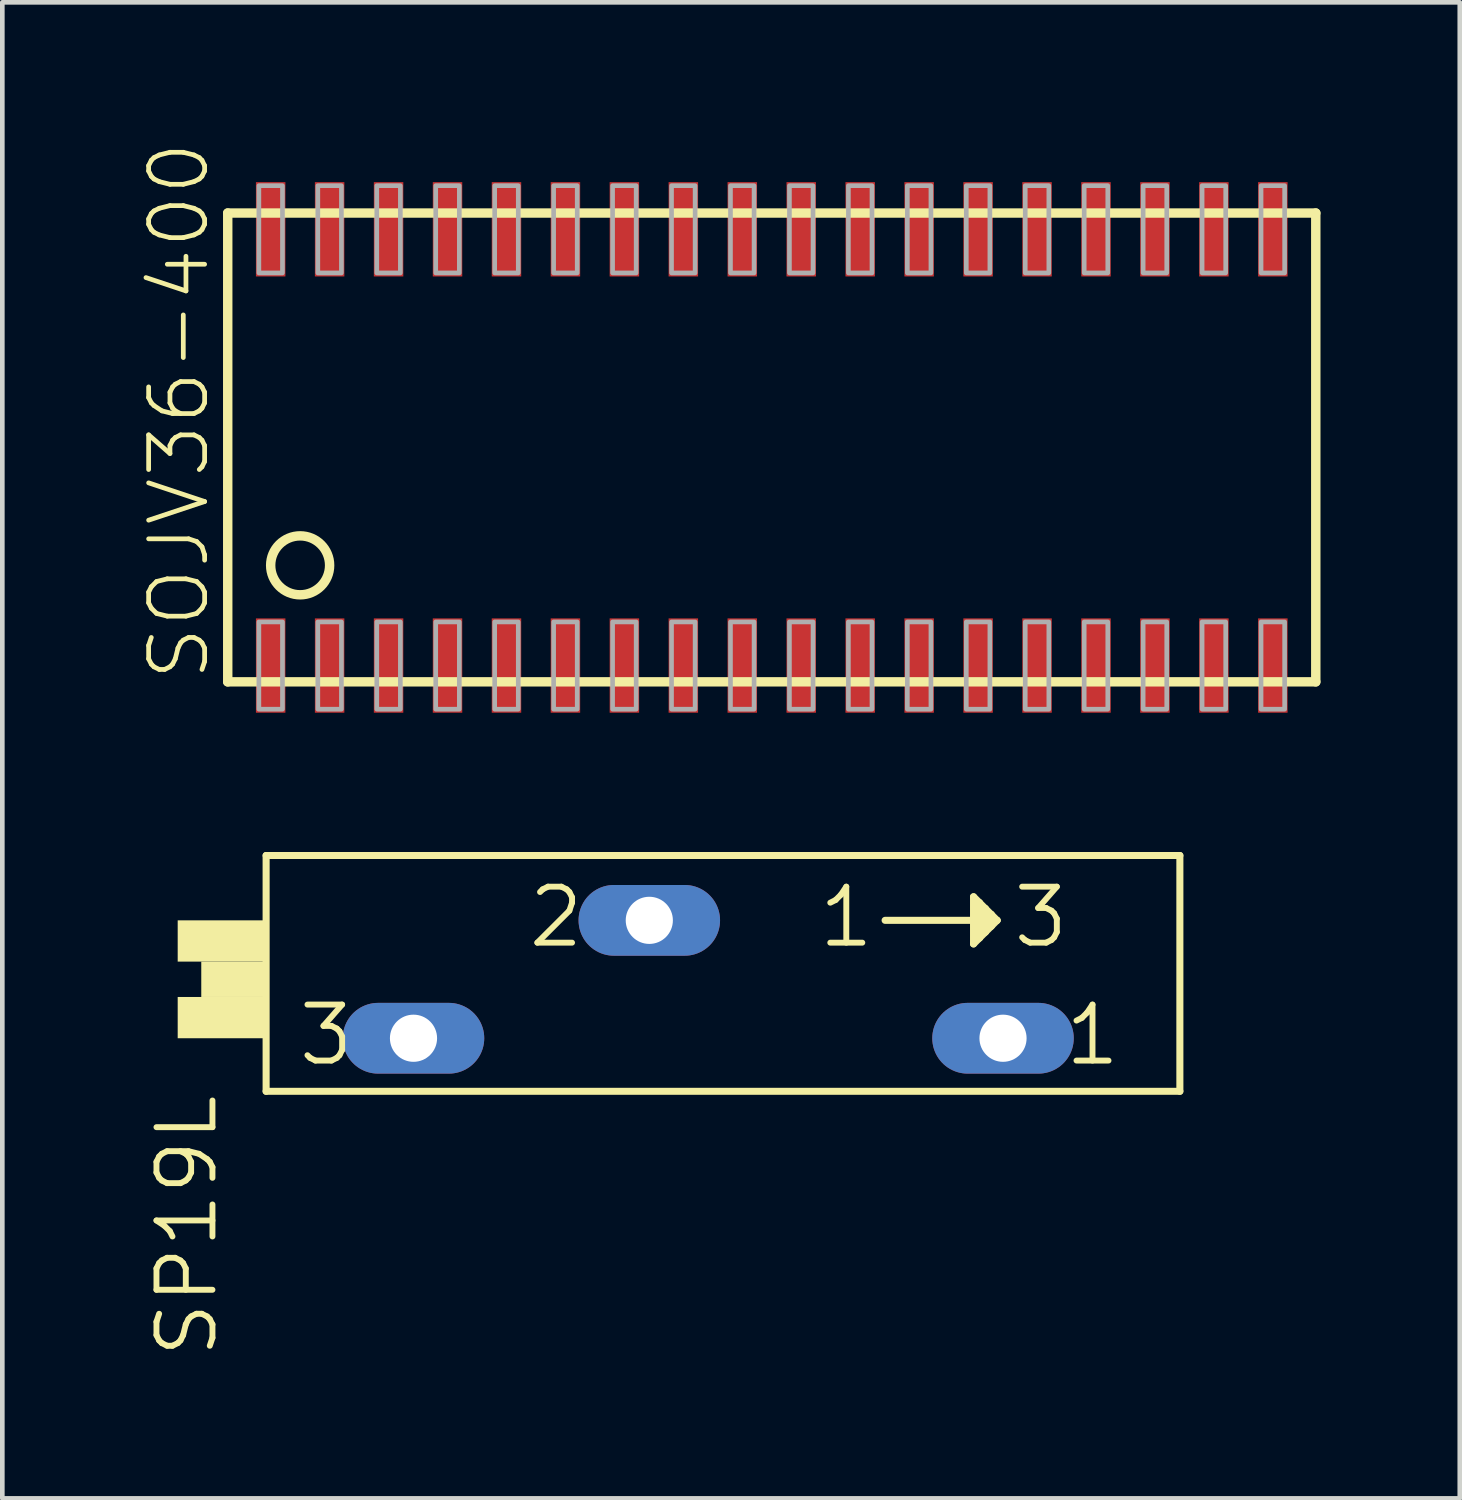
<source format=kicad_pcb>
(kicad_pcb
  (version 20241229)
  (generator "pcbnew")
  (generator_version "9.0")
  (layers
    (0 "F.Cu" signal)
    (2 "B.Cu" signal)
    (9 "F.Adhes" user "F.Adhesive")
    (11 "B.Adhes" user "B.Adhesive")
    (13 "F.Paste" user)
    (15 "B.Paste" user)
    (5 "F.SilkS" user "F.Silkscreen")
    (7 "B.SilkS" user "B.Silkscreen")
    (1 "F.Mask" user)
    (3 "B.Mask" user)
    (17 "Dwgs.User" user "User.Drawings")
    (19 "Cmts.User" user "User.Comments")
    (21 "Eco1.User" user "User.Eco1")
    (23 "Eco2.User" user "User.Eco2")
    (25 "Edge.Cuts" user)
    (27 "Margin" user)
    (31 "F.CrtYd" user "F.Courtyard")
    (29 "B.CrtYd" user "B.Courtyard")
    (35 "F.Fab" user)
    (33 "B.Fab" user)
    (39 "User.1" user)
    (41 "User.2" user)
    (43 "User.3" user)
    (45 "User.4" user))
  (footprint "SOJV36-400"
    (layer "F.Cu")
    (at 13.576 6.589)
    (property "Reference" "SOJV36-400" (at -12.065 5.08 90) (layer "F.SilkS") (effects (font (size 1.206 1.206) (thickness 0.102)) (justify left bottom)))
    (attr through_hole)
    (fp_line (start -11.72 -5.05) (end 11.72 -5.05) (stroke (width 0.203) (type solid)) (layer "F.SilkS"))
    (fp_line (start -11.72 5.05) (end -11.72 -5.05) (stroke (width 0.203) (type solid)) (layer "F.SilkS"))
    (fp_line (start 11.72 -5.05) (end 11.72 5.05) (stroke (width 0.203) (type solid)) (layer "F.SilkS"))
    (fp_line (start 11.72 5.05) (end -11.72 5.05) (stroke (width 0.203) (type solid)) (layer "F.SilkS"))
    (fp_circle (center -10.16 2.54) (end -9.525 2.54) (stroke (width 0.203) (type solid)) (fill no) (layer "F.SilkS"))
    (fp_poly (pts (xy -11.049 5.639) (xy -10.541 5.639) (xy -10.541 3.759) (xy -11.049 3.759)) (stroke (width 0.1) (type solid)) (fill no) (layer "F.Fab"))
    (fp_poly (pts (xy -10.541 -5.639) (xy -11.049 -5.639) (xy -11.049 -3.759) (xy -10.541 -3.759)) (stroke (width 0.1) (type solid)) (fill no) (layer "F.Fab"))
    (fp_poly (pts (xy -9.779 5.639) (xy -9.271 5.639) (xy -9.271 3.759) (xy -9.779 3.759)) (stroke (width 0.1) (type solid)) (fill no) (layer "F.Fab"))
    (fp_poly (pts (xy -9.271 -5.639) (xy -9.779 -5.639) (xy -9.779 -3.759) (xy -9.271 -3.759)) (stroke (width 0.1) (type solid)) (fill no) (layer "F.Fab"))
    (fp_poly (pts (xy -8.509 5.639) (xy -8.001 5.639) (xy -8.001 3.759) (xy -8.509 3.759)) (stroke (width 0.1) (type solid)) (fill no) (layer "F.Fab"))
    (fp_poly (pts (xy -8.001 -5.639) (xy -8.509 -5.639) (xy -8.509 -3.759) (xy -8.001 -3.759)) (stroke (width 0.1) (type solid)) (fill no) (layer "F.Fab"))
    (fp_poly (pts (xy -7.239 5.639) (xy -6.731 5.639) (xy -6.731 3.759) (xy -7.239 3.759)) (stroke (width 0.1) (type solid)) (fill no) (layer "F.Fab"))
    (fp_poly (pts (xy -6.731 -5.639) (xy -7.239 -5.639) (xy -7.239 -3.759) (xy -6.731 -3.759)) (stroke (width 0.1) (type solid)) (fill no) (layer "F.Fab"))
    (fp_poly (pts (xy -5.969 5.639) (xy -5.461 5.639) (xy -5.461 3.759) (xy -5.969 3.759)) (stroke (width 0.1) (type solid)) (fill no) (layer "F.Fab"))
    (fp_poly (pts (xy -5.461 -5.639) (xy -5.969 -5.639) (xy -5.969 -3.759) (xy -5.461 -3.759)) (stroke (width 0.1) (type solid)) (fill no) (layer "F.Fab"))
    (fp_poly (pts (xy -4.699 5.639) (xy -4.191 5.639) (xy -4.191 3.759) (xy -4.699 3.759)) (stroke (width 0.1) (type solid)) (fill no) (layer "F.Fab"))
    (fp_poly (pts (xy -4.191 -5.639) (xy -4.699 -5.639) (xy -4.699 -3.759) (xy -4.191 -3.759)) (stroke (width 0.1) (type solid)) (fill no) (layer "F.Fab"))
    (fp_poly (pts (xy -3.429 5.639) (xy -2.921 5.639) (xy -2.921 3.759) (xy -3.429 3.759)) (stroke (width 0.1) (type solid)) (fill no) (layer "F.Fab"))
    (fp_poly (pts (xy -2.921 -5.639) (xy -3.429 -5.639) (xy -3.429 -3.759) (xy -2.921 -3.759)) (stroke (width 0.1) (type solid)) (fill no) (layer "F.Fab"))
    (fp_poly (pts (xy -2.159 5.639) (xy -1.651 5.639) (xy -1.651 3.759) (xy -2.159 3.759)) (stroke (width 0.1) (type solid)) (fill no) (layer "F.Fab"))
    (fp_poly (pts (xy -1.651 -5.639) (xy -2.159 -5.639) (xy -2.159 -3.759) (xy -1.651 -3.759)) (stroke (width 0.1) (type solid)) (fill no) (layer "F.Fab"))
    (fp_poly (pts (xy -0.889 5.639) (xy -0.381 5.639) (xy -0.381 3.759) (xy -0.889 3.759)) (stroke (width 0.1) (type solid)) (fill no) (layer "F.Fab"))
    (fp_poly (pts (xy -0.381 -5.639) (xy -0.889 -5.639) (xy -0.889 -3.759) (xy -0.381 -3.759)) (stroke (width 0.1) (type solid)) (fill no) (layer "F.Fab"))
    (fp_poly (pts (xy 0.381 5.639) (xy 0.889 5.639) (xy 0.889 3.759) (xy 0.381 3.759)) (stroke (width 0.1) (type solid)) (fill no) (layer "F.Fab"))
    (fp_poly (pts (xy 0.889 -5.639) (xy 0.381 -5.639) (xy 0.381 -3.759) (xy 0.889 -3.759)) (stroke (width 0.1) (type solid)) (fill no) (layer "F.Fab"))
    (fp_poly (pts (xy 1.651 5.639) (xy 2.159 5.639) (xy 2.159 3.759) (xy 1.651 3.759)) (stroke (width 0.1) (type solid)) (fill no) (layer "F.Fab"))
    (fp_poly (pts (xy 2.159 -5.639) (xy 1.651 -5.639) (xy 1.651 -3.759) (xy 2.159 -3.759)) (stroke (width 0.1) (type solid)) (fill no) (layer "F.Fab"))
    (fp_poly (pts (xy 2.921 5.639) (xy 3.429 5.639) (xy 3.429 3.759) (xy 2.921 3.759)) (stroke (width 0.1) (type solid)) (fill no) (layer "F.Fab"))
    (fp_poly (pts (xy 3.429 -5.639) (xy 2.921 -5.639) (xy 2.921 -3.759) (xy 3.429 -3.759)) (stroke (width 0.1) (type solid)) (fill no) (layer "F.Fab"))
    (fp_poly (pts (xy 4.191 5.639) (xy 4.699 5.639) (xy 4.699 3.759) (xy 4.191 3.759)) (stroke (width 0.1) (type solid)) (fill no) (layer "F.Fab"))
    (fp_poly (pts (xy 4.699 -5.639) (xy 4.191 -5.639) (xy 4.191 -3.759) (xy 4.699 -3.759)) (stroke (width 0.1) (type solid)) (fill no) (layer "F.Fab"))
    (fp_poly (pts (xy 5.461 5.639) (xy 5.969 5.639) (xy 5.969 3.759) (xy 5.461 3.759)) (stroke (width 0.1) (type solid)) (fill no) (layer "F.Fab"))
    (fp_poly (pts (xy 5.969 -5.639) (xy 5.461 -5.639) (xy 5.461 -3.759) (xy 5.969 -3.759)) (stroke (width 0.1) (type solid)) (fill no) (layer "F.Fab"))
    (fp_poly (pts (xy 6.731 5.639) (xy 7.239 5.639) (xy 7.239 3.759) (xy 6.731 3.759)) (stroke (width 0.1) (type solid)) (fill no) (layer "F.Fab"))
    (fp_poly (pts (xy 7.239 -5.639) (xy 6.731 -5.639) (xy 6.731 -3.759) (xy 7.239 -3.759)) (stroke (width 0.1) (type solid)) (fill no) (layer "F.Fab"))
    (fp_poly (pts (xy 8.001 5.639) (xy 8.509 5.639) (xy 8.509 3.759) (xy 8.001 3.759)) (stroke (width 0.1) (type solid)) (fill no) (layer "F.Fab"))
    (fp_poly (pts (xy 8.509 -5.639) (xy 8.001 -5.639) (xy 8.001 -3.759) (xy 8.509 -3.759)) (stroke (width 0.1) (type solid)) (fill no) (layer "F.Fab"))
    (fp_poly (pts (xy 9.271 5.639) (xy 9.779 5.639) (xy 9.779 3.759) (xy 9.271 3.759)) (stroke (width 0.1) (type solid)) (fill no) (layer "F.Fab"))
    (fp_poly (pts (xy 9.779 -5.639) (xy 9.271 -5.639) (xy 9.271 -3.759) (xy 9.779 -3.759)) (stroke (width 0.1) (type solid)) (fill no) (layer "F.Fab"))
    (fp_poly (pts (xy 10.541 5.639) (xy 11.049 5.639) (xy 11.049 3.759) (xy 10.541 3.759)) (stroke (width 0.1) (type solid)) (fill no) (layer "F.Fab"))
    (fp_poly (pts (xy 11.049 -5.639) (xy 10.541 -5.639) (xy 10.541 -3.759) (xy 11.049 -3.759)) (stroke (width 0.1) (type solid)) (fill no) (layer "F.Fab"))
    (pad "1" smd rect (at -10.795 4.699) (size 0.635 2.032) (layers "F.Cu" "F.Mask" "F.Paste"))
    (pad "2" smd rect (at -9.525 4.699) (size 0.635 2.032) (layers "F.Cu" "F.Mask" "F.Paste"))
    (pad "3" smd rect (at -8.255 4.699) (size 0.635 2.032) (layers "F.Cu" "F.Mask" "F.Paste"))
    (pad "4" smd rect (at -6.985 4.699) (size 0.635 2.032) (layers "F.Cu" "F.Mask" "F.Paste"))
    (pad "5" smd rect (at -5.715 4.699) (size 0.635 2.032) (layers "F.Cu" "F.Mask" "F.Paste"))
    (pad "6" smd rect (at -4.445 4.699) (size 0.635 2.032) (layers "F.Cu" "F.Mask" "F.Paste"))
    (pad "7" smd rect (at -3.175 4.699) (size 0.635 2.032) (layers "F.Cu" "F.Mask" "F.Paste"))
    (pad "8" smd rect (at -1.905 4.699) (size 0.635 2.032) (layers "F.Cu" "F.Mask" "F.Paste"))
    (pad "9" smd rect (at -0.635 4.699) (size 0.635 2.032) (layers "F.Cu" "F.Mask" "F.Paste"))
    (pad "10" smd rect (at 0.635 4.699) (size 0.635 2.032) (layers "F.Cu" "F.Mask" "F.Paste"))
    (pad "11" smd rect (at 1.905 4.699) (size 0.635 2.032) (layers "F.Cu" "F.Mask" "F.Paste"))
    (pad "12" smd rect (at 3.175 4.699) (size 0.635 2.032) (layers "F.Cu" "F.Mask" "F.Paste"))
    (pad "13" smd rect (at 4.445 4.699) (size 0.635 2.032) (layers "F.Cu" "F.Mask" "F.Paste"))
    (pad "14" smd rect (at 5.715 4.699) (size 0.635 2.032) (layers "F.Cu" "F.Mask" "F.Paste"))
    (pad "15" smd rect (at 6.985 4.699) (size 0.635 2.032) (layers "F.Cu" "F.Mask" "F.Paste"))
    (pad "16" smd rect (at 8.255 4.699) (size 0.635 2.032) (layers "F.Cu" "F.Mask" "F.Paste"))
    (pad "17" smd rect (at 9.525 4.699) (size 0.635 2.032) (layers "F.Cu" "F.Mask" "F.Paste"))
    (pad "18" smd rect (at 10.795 4.699) (size 0.635 2.032) (layers "F.Cu" "F.Mask" "F.Paste"))
    (pad "19" smd rect (at 10.795 -4.699 180) (size 0.635 2.032) (layers "F.Cu" "F.Mask" "F.Paste"))
    (pad "20" smd rect (at 9.525 -4.699 180) (size 0.635 2.032) (layers "F.Cu" "F.Mask" "F.Paste"))
    (pad "21" smd rect (at 8.255 -4.699 180) (size 0.635 2.032) (layers "F.Cu" "F.Mask" "F.Paste"))
    (pad "22" smd rect (at 6.985 -4.699 180) (size 0.635 2.032) (layers "F.Cu" "F.Mask" "F.Paste"))
    (pad "23" smd rect (at 5.715 -4.699 180) (size 0.635 2.032) (layers "F.Cu" "F.Mask" "F.Paste"))
    (pad "24" smd rect (at 4.445 -4.699 180) (size 0.635 2.032) (layers "F.Cu" "F.Mask" "F.Paste"))
    (pad "25" smd rect (at 3.175 -4.699 180) (size 0.635 2.032) (layers "F.Cu" "F.Mask" "F.Paste"))
    (pad "26" smd rect (at 1.905 -4.699 180) (size 0.635 2.032) (layers "F.Cu" "F.Mask" "F.Paste"))
    (pad "27" smd rect (at 0.635 -4.699 180) (size 0.635 2.032) (layers "F.Cu" "F.Mask" "F.Paste"))
    (pad "28" smd rect (at -0.635 -4.699 180) (size 0.635 2.032) (layers "F.Cu" "F.Mask" "F.Paste"))
    (pad "29" smd rect (at -1.905 -4.699 180) (size 0.635 2.032) (layers "F.Cu" "F.Mask" "F.Paste"))
    (pad "30" smd rect (at -3.175 -4.699 180) (size 0.635 2.032) (layers "F.Cu" "F.Mask" "F.Paste"))
    (pad "31" smd rect (at -4.445 -4.699 180) (size 0.635 2.032) (layers "F.Cu" "F.Mask" "F.Paste"))
    (pad "32" smd rect (at -5.715 -4.699 180) (size 0.635 2.032) (layers "F.Cu" "F.Mask" "F.Paste"))
    (pad "33" smd rect (at -6.985 -4.699 180) (size 0.635 2.032) (layers "F.Cu" "F.Mask" "F.Paste"))
    (pad "34" smd rect (at -8.255 -4.699 180) (size 0.635 2.032) (layers "F.Cu" "F.Mask" "F.Paste"))
    (pad "35" smd rect (at -9.525 -4.699 180) (size 0.635 2.032) (layers "F.Cu" "F.Mask" "F.Paste"))
    (pad "36" smd rect (at -10.795 -4.699 180) (size 0.635 2.032) (layers "F.Cu" "F.Mask" "F.Paste")))
  (footprint "SP19L"
    (layer "F.Cu")
    (at 12.843 18.047)
    (property "Reference" "SP19L" (at -12.573 2.413 90) (layer "F.SilkS") (effects (font (size 1.206 1.206) (thickness 0.127)) (justify right top)))
    (attr through_hole)
    (fp_line (start -10.16 -2.667) (end -10.16 2.413) (stroke (width 0.152) (type solid)) (layer "F.SilkS"))
    (fp_line (start -10.16 2.413) (end 9.525 2.413) (stroke (width 0.152) (type solid)) (layer "F.SilkS"))
    (fp_line (start 3.175 -1.27) (end 5.207 -1.27) (stroke (width 0.152) (type solid)) (layer "F.SilkS"))
    (fp_line (start 5.08 -1.778) (end 5.08 -0.762) (stroke (width 0.152) (type solid)) (layer "F.SilkS"))
    (fp_line (start 5.08 -0.762) (end 5.207 -0.889) (stroke (width 0.152) (type solid)) (layer "F.SilkS"))
    (fp_line (start 5.207 -1.651) (end 5.08 -1.778) (stroke (width 0.152) (type solid)) (layer "F.SilkS"))
    (fp_line (start 5.207 -1.27) (end 5.207 -1.651) (stroke (width 0.152) (type solid)) (layer "F.SilkS"))
    (fp_line (start 5.207 -0.889) (end 5.207 -1.27) (stroke (width 0.152) (type solid)) (layer "F.SilkS"))
    (fp_line (start 5.334 -1.524) (end 5.207 -1.651) (stroke (width 0.152) (type solid)) (layer "F.SilkS"))
    (fp_line (start 5.334 -1.016) (end 5.207 -0.889) (stroke (width 0.152) (type solid)) (layer "F.SilkS"))
    (fp_line (start 5.334 -1.016) (end 5.334 -1.524) (stroke (width 0.152) (type solid)) (layer "F.SilkS"))
    (fp_line (start 5.461 -1.397) (end 5.334 -1.524) (stroke (width 0.152) (type solid)) (layer "F.SilkS"))
    (fp_line (start 5.461 -1.143) (end 5.334 -1.016) (stroke (width 0.152) (type solid)) (layer "F.SilkS"))
    (fp_line (start 5.461 -1.143) (end 5.461 -1.397) (stroke (width 0.152) (type solid)) (layer "F.SilkS"))
    (fp_line (start 5.588 -1.27) (end 5.207 -1.27) (stroke (width 0.152) (type solid)) (layer "F.SilkS"))
    (fp_line (start 5.588 -1.27) (end 5.461 -1.397) (stroke (width 0.152) (type solid)) (layer "F.SilkS"))
    (fp_line (start 5.588 -1.27) (end 5.461 -1.143) (stroke (width 0.152) (type solid)) (layer "F.SilkS"))
    (fp_line (start 9.525 -2.667) (end -10.16 -2.667) (stroke (width 0.152) (type solid)) (layer "F.SilkS"))
    (fp_line (start 9.525 2.413) (end 9.525 -2.667) (stroke (width 0.152) (type solid)) (layer "F.SilkS"))
    (fp_poly (pts (xy -12.065 -0.381) (xy -10.16 -0.381) (xy -10.16 -1.27) (xy -12.065 -1.27)) (stroke (width 0) (type solid)) (fill yes) (layer "F.SilkS"))
    (fp_poly (pts (xy -12.065 1.27) (xy -10.16 1.27) (xy -10.16 0.381) (xy -12.065 0.381)) (stroke (width 0) (type solid)) (fill yes) (layer "F.SilkS"))
    (fp_poly (pts (xy -11.557 0.381) (xy -10.16 0.381) (xy -10.16 -0.381) (xy -11.557 -0.381)) (stroke (width 0) (type solid)) (fill yes) (layer "F.SilkS"))
    (fp_text user " 3 " (at 4.953 -0.635 0) (layer "F.SilkS") (effects (font (size 1.206 1.206) (thickness 0.127)) (justify left bottom)))
    (fp_text user "3" (at -9.525 1.905 0) (layer "F.SilkS") (effects (font (size 1.206 1.206) (thickness 0.127)) (justify left bottom)))
    (fp_text user "2" (at -4.572 -0.635 0) (layer "F.SilkS") (effects (font (size 1.206 1.206) (thickness 0.127)) (justify left bottom)))
    (fp_text user "1" (at 6.985 1.905 0) (layer "F.SilkS") (effects (font (size 1.206 1.206) (thickness 0.127)) (justify left bottom)))
    (fp_text user " 1 " (at 0.762 -0.635 0) (layer "F.SilkS") (effects (font (size 1.206 1.206) (thickness 0.127)) (justify left bottom)))
    (pad "A" thru_hole oval (at 5.715 1.27) (size 3.048 1.524) (drill 1.016) (layers "*.Cu" "*.Mask"))
    (pad "E" thru_hole oval (at -6.985 1.27) (size 3.048 1.524) (drill 1.016) (layers "*.Cu" "*.Mask"))
    (pad "S" thru_hole oval (at -1.905 -1.27) (size 3.048 1.524) (drill 1.016) (layers "*.Cu" "*.Mask")))
  (gr_rect
    (start -3 -3)
    (end 28.398 29.23)
    (stroke (width 0.1) (type default))
    (fill no)
    (layer "Edge.Cuts")))
</source>
